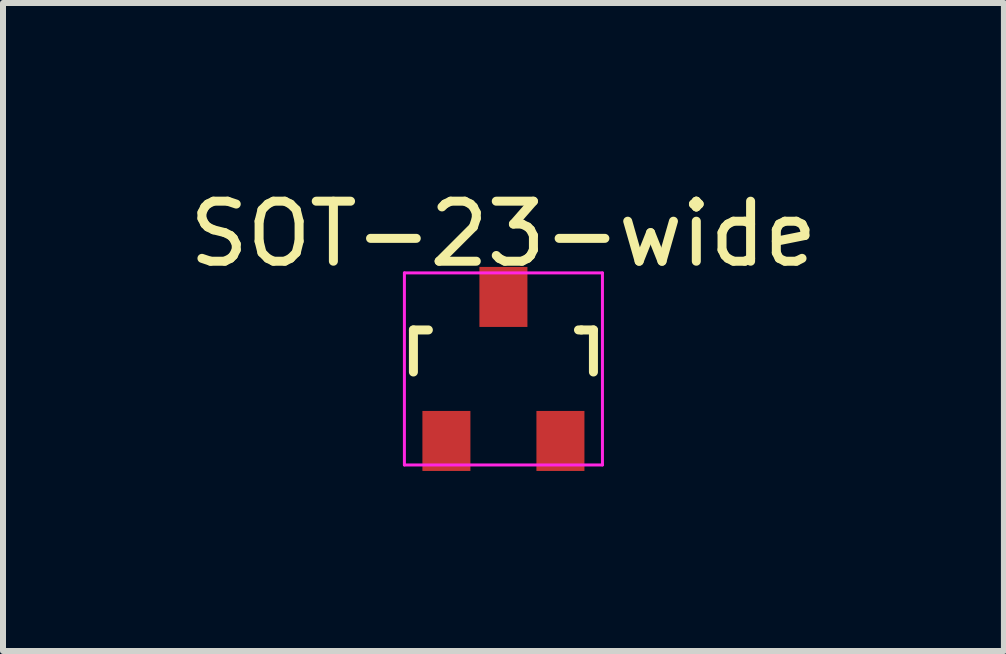
<source format=kicad_pcb>
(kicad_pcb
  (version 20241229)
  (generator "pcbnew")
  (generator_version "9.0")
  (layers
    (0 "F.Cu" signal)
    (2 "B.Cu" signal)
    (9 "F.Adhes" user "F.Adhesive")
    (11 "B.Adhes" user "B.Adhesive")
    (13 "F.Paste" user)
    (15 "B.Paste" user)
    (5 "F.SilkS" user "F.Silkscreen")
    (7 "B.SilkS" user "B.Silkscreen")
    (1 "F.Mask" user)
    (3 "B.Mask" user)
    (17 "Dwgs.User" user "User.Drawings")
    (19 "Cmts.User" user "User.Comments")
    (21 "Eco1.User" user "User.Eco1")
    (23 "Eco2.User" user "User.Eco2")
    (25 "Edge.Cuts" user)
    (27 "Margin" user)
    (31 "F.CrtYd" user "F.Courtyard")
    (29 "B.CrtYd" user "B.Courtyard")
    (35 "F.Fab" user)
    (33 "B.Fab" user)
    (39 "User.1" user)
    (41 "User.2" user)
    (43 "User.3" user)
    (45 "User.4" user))
  (footprint "SOT-23-wide"
    (layer "F.Cu")
    (at 5.339 3.098)
    (property "Reference" "SOT-23-wide" (at 0 -2.25 0) (layer "F.SilkS") (effects (font (size 1 1) (thickness 0.15))))
    (attr smd)
    (fp_line (start -1.5 -0.65) (end -1.251 -0.65) (stroke (width 0.15) (type solid)) (layer "F.SilkS"))
    (fp_line (start -1.5 0.051) (end -1.5 -0.65) (stroke (width 0.15) (type solid)) (layer "F.SilkS"))
    (fp_line (start 1.299 -0.65) (end 1.251 -0.65) (stroke (width 0.15) (type solid)) (layer "F.SilkS"))
    (fp_line (start 1.299 -0.65) (end 1.5 -0.65) (stroke (width 0.15) (type solid)) (layer "F.SilkS"))
    (fp_line (start 1.5 -0.65) (end 1.5 0.051) (stroke (width 0.15) (type solid)) (layer "F.SilkS"))
    (fp_line (start -1.65 -1.6) (end 1.65 -1.6) (stroke (width 0.05) (type solid)) (layer "F.CrtYd"))
    (fp_line (start -1.65 1.6) (end -1.65 -1.6) (stroke (width 0.05) (type solid)) (layer "F.CrtYd"))
    (fp_line (start 1.65 -1.6) (end 1.65 1.6) (stroke (width 0.05) (type solid)) (layer "F.CrtYd"))
    (fp_line (start 1.65 1.6) (end -1.65 1.6) (stroke (width 0.05) (type solid)) (layer "F.CrtYd"))
    (pad "1" smd rect (at -0.95 1.2) (size 0.8 1) (layers "F.Cu" "F.Mask" "F.Paste"))
    (pad "2" smd rect (at 0.95 1.2) (size 0.8 1) (layers "F.Cu" "F.Mask" "F.Paste"))
    (pad "3" smd rect (at 0 -1.2) (size 0.8 1) (layers "F.Cu" "F.Mask" "F.Paste")))
  (gr_rect
    (start -3 -3)
    (end 13.679 7.798)
    (stroke (width 0.1) (type default))
    (fill no)
    (layer "Edge.Cuts")))
</source>
